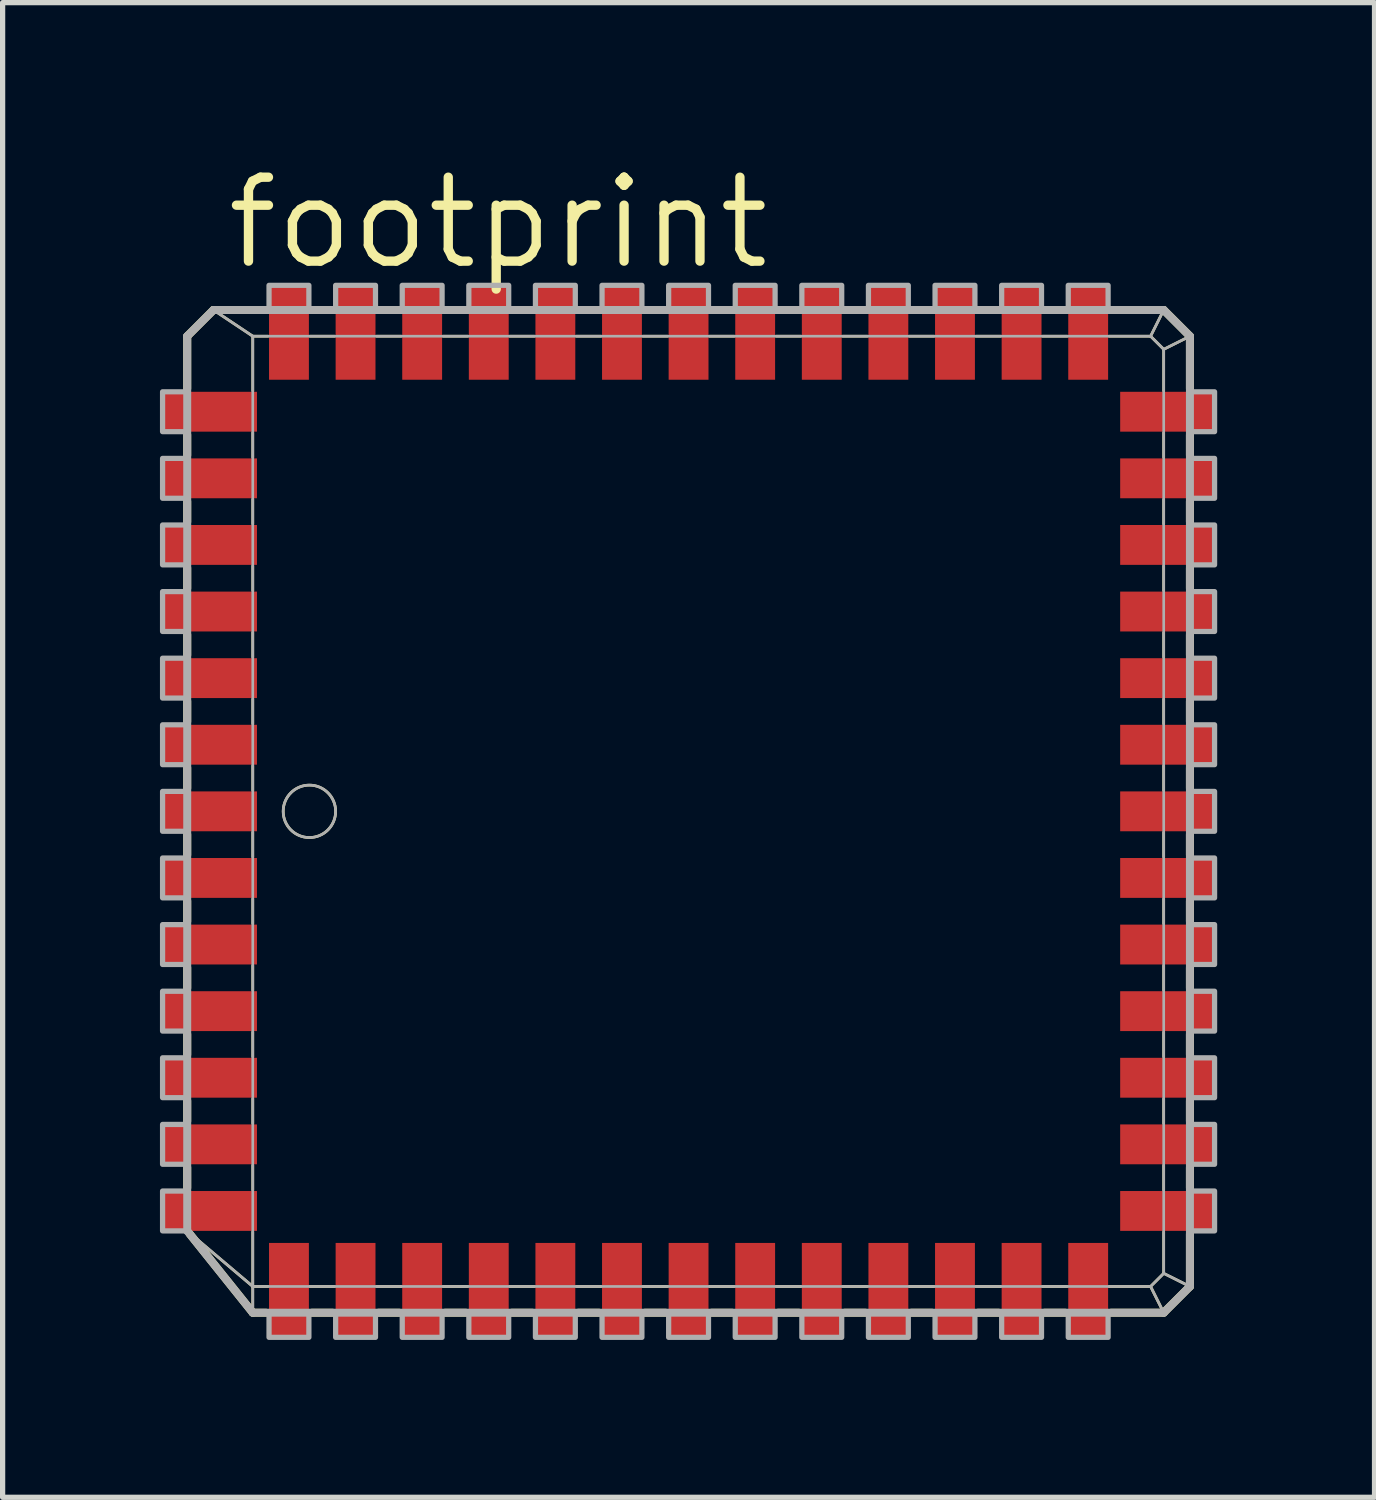
<source format=kicad_pcb>
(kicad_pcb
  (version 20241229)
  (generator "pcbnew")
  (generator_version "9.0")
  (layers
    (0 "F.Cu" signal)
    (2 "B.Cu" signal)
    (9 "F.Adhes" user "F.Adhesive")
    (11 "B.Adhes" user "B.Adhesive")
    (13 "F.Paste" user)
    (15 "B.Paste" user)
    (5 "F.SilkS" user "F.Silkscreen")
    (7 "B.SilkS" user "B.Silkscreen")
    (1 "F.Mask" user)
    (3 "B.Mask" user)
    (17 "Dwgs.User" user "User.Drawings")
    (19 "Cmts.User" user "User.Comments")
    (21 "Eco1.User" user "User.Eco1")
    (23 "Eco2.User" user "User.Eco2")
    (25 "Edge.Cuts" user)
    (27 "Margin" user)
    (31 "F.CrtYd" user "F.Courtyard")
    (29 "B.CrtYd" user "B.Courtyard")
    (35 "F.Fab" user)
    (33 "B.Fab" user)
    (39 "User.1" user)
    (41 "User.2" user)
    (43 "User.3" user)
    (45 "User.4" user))
  (footprint "footprint"
    (layer "F.Cu")
    (at 10.08 12.421)
    (property "Reference" "footprint" (at -8.89 -10.287 0) (layer "F.SilkS") (effects (font (size 1.6 1.6) (thickness 0.178)) (justify left bottom)))
    (fp_line (start -9.56 -9.06) (end -9.06 -9.56) (stroke (width 0.152) (type solid)) (layer "F.SilkS"))
    (fp_line (start -9.56 -8.06) (end -9.56 -9.06) (stroke (width 0.152) (type solid)) (layer "F.SilkS"))
    (fp_line (start -9.56 -6.79) (end -9.56 -7.18) (stroke (width 0.152) (type solid)) (layer "F.SilkS"))
    (fp_line (start -9.56 -5.52) (end -9.56 -5.91) (stroke (width 0.152) (type solid)) (layer "F.SilkS"))
    (fp_line (start -9.56 -4.25) (end -9.56 -4.64) (stroke (width 0.152) (type solid)) (layer "F.SilkS"))
    (fp_line (start -9.56 -2.98) (end -9.56 -3.37) (stroke (width 0.152) (type solid)) (layer "F.SilkS"))
    (fp_line (start -9.56 -1.71) (end -9.56 -2.1) (stroke (width 0.152) (type solid)) (layer "F.SilkS"))
    (fp_line (start -9.56 -0.44) (end -9.56 -0.83) (stroke (width 0.152) (type solid)) (layer "F.SilkS"))
    (fp_line (start -9.56 0.83) (end -9.56 0.44) (stroke (width 0.152) (type solid)) (layer "F.SilkS"))
    (fp_line (start -9.56 2.1) (end -9.56 1.71) (stroke (width 0.152) (type solid)) (layer "F.SilkS"))
    (fp_line (start -9.56 3.37) (end -9.56 2.98) (stroke (width 0.152) (type solid)) (layer "F.SilkS"))
    (fp_line (start -9.56 4.64) (end -9.56 4.25) (stroke (width 0.152) (type solid)) (layer "F.SilkS"))
    (fp_line (start -9.56 5.91) (end -9.56 5.52) (stroke (width 0.152) (type solid)) (layer "F.SilkS"))
    (fp_line (start -9.56 7.18) (end -9.56 6.79) (stroke (width 0.152) (type solid)) (layer "F.SilkS"))
    (fp_line (start -9.06 -9.56) (end -8.31 -9.06) (stroke (width 0.051) (type solid)) (layer "F.SilkS"))
    (fp_line (start -9.06 -9.56) (end -8.06 -9.56) (stroke (width 0.152) (type solid)) (layer "F.SilkS"))
    (fp_line (start -8.31 -9.06) (end -8.02 -9.06) (stroke (width 0.051) (type solid)) (layer "F.SilkS"))
    (fp_line (start -8.31 -8.02) (end -8.31 -9.06) (stroke (width 0.051) (type solid)) (layer "F.SilkS"))
    (fp_line (start -8.31 -6.75) (end -8.31 -7.22) (stroke (width 0.051) (type solid)) (layer "F.SilkS"))
    (fp_line (start -8.31 -5.48) (end -8.31 -5.95) (stroke (width 0.051) (type solid)) (layer "F.SilkS"))
    (fp_line (start -8.31 -4.21) (end -8.31 -4.68) (stroke (width 0.051) (type solid)) (layer "F.SilkS"))
    (fp_line (start -8.31 -2.94) (end -8.31 -3.41) (stroke (width 0.051) (type solid)) (layer "F.SilkS"))
    (fp_line (start -8.31 -1.67) (end -8.31 -2.14) (stroke (width 0.051) (type solid)) (layer "F.SilkS"))
    (fp_line (start -8.31 -0.4) (end -8.31 -0.87) (stroke (width 0.051) (type solid)) (layer "F.SilkS"))
    (fp_line (start -8.31 0.87) (end -8.31 0.4) (stroke (width 0.051) (type solid)) (layer "F.SilkS"))
    (fp_line (start -8.31 2.14) (end -8.31 1.67) (stroke (width 0.051) (type solid)) (layer "F.SilkS"))
    (fp_line (start -8.31 3.41) (end -8.31 2.94) (stroke (width 0.051) (type solid)) (layer "F.SilkS"))
    (fp_line (start -8.31 4.68) (end -8.31 4.21) (stroke (width 0.051) (type solid)) (layer "F.SilkS"))
    (fp_line (start -8.31 5.95) (end -8.31 5.48) (stroke (width 0.051) (type solid)) (layer "F.SilkS"))
    (fp_line (start -8.31 7.22) (end -8.31 6.75) (stroke (width 0.051) (type solid)) (layer "F.SilkS"))
    (fp_line (start -8.31 9.06) (end -9.54 8.02) (stroke (width 0.051) (type solid)) (layer "F.SilkS"))
    (fp_line (start -8.31 9.06) (end -8.31 8.02) (stroke (width 0.051) (type solid)) (layer "F.SilkS"))
    (fp_line (start -8.31 9.56) (end -9.51 8.06) (stroke (width 0.152) (type solid)) (layer "F.SilkS"))
    (fp_line (start -8.31 9.56) (end -8.31 9.06) (stroke (width 0.051) (type solid)) (layer "F.SilkS"))
    (fp_line (start -8.06 9.56) (end -8.31 9.56) (stroke (width 0.152) (type solid)) (layer "F.SilkS"))
    (fp_line (start -8.02 9.06) (end -8.31 9.06) (stroke (width 0.051) (type solid)) (layer "F.SilkS"))
    (fp_line (start -7.22 -9.06) (end -6.75 -9.06) (stroke (width 0.051) (type solid)) (layer "F.SilkS"))
    (fp_line (start -7.18 -9.56) (end -6.79 -9.56) (stroke (width 0.152) (type solid)) (layer "F.SilkS"))
    (fp_line (start -6.79 9.56) (end -7.18 9.56) (stroke (width 0.152) (type solid)) (layer "F.SilkS"))
    (fp_line (start -6.75 9.06) (end -7.22 9.06) (stroke (width 0.051) (type solid)) (layer "F.SilkS"))
    (fp_line (start -5.95 -9.06) (end -5.48 -9.06) (stroke (width 0.051) (type solid)) (layer "F.SilkS"))
    (fp_line (start -5.91 -9.56) (end -5.52 -9.56) (stroke (width 0.152) (type solid)) (layer "F.SilkS"))
    (fp_line (start -5.52 9.56) (end -5.91 9.56) (stroke (width 0.152) (type solid)) (layer "F.SilkS"))
    (fp_line (start -5.48 9.06) (end -5.95 9.06) (stroke (width 0.051) (type solid)) (layer "F.SilkS"))
    (fp_line (start -4.68 -9.06) (end -4.21 -9.06) (stroke (width 0.051) (type solid)) (layer "F.SilkS"))
    (fp_line (start -4.64 -9.56) (end -4.25 -9.56) (stroke (width 0.152) (type solid)) (layer "F.SilkS"))
    (fp_line (start -4.25 9.56) (end -4.64 9.56) (stroke (width 0.152) (type solid)) (layer "F.SilkS"))
    (fp_line (start -4.21 9.06) (end -4.68 9.06) (stroke (width 0.051) (type solid)) (layer "F.SilkS"))
    (fp_line (start -3.41 -9.06) (end -2.94 -9.06) (stroke (width 0.051) (type solid)) (layer "F.SilkS"))
    (fp_line (start -3.37 -9.56) (end -2.98 -9.56) (stroke (width 0.152) (type solid)) (layer "F.SilkS"))
    (fp_line (start -2.98 9.56) (end -3.37 9.56) (stroke (width 0.152) (type solid)) (layer "F.SilkS"))
    (fp_line (start -2.94 9.06) (end -3.41 9.06) (stroke (width 0.051) (type solid)) (layer "F.SilkS"))
    (fp_line (start -2.14 -9.06) (end -1.67 -9.06) (stroke (width 0.051) (type solid)) (layer "F.SilkS"))
    (fp_line (start -2.1 -9.56) (end -1.71 -9.56) (stroke (width 0.152) (type solid)) (layer "F.SilkS"))
    (fp_line (start -1.71 9.56) (end -2.1 9.56) (stroke (width 0.152) (type solid)) (layer "F.SilkS"))
    (fp_line (start -1.67 9.06) (end -2.14 9.06) (stroke (width 0.051) (type solid)) (layer "F.SilkS"))
    (fp_line (start -0.87 -9.06) (end -0.4 -9.06) (stroke (width 0.051) (type solid)) (layer "F.SilkS"))
    (fp_line (start -0.83 -9.56) (end -0.44 -9.56) (stroke (width 0.152) (type solid)) (layer "F.SilkS"))
    (fp_line (start -0.44 9.56) (end -0.83 9.56) (stroke (width 0.152) (type solid)) (layer "F.SilkS"))
    (fp_line (start -0.4 9.06) (end -0.87 9.06) (stroke (width 0.051) (type solid)) (layer "F.SilkS"))
    (fp_line (start 0.4 -9.06) (end 0.87 -9.06) (stroke (width 0.051) (type solid)) (layer "F.SilkS"))
    (fp_line (start 0.44 -9.56) (end 0.83 -9.56) (stroke (width 0.152) (type solid)) (layer "F.SilkS"))
    (fp_line (start 0.83 9.56) (end 0.44 9.56) (stroke (width 0.152) (type solid)) (layer "F.SilkS"))
    (fp_line (start 0.87 9.06) (end 0.4 9.06) (stroke (width 0.051) (type solid)) (layer "F.SilkS"))
    (fp_line (start 1.67 -9.06) (end 2.14 -9.06) (stroke (width 0.051) (type solid)) (layer "F.SilkS"))
    (fp_line (start 1.71 -9.56) (end 2.1 -9.56) (stroke (width 0.152) (type solid)) (layer "F.SilkS"))
    (fp_line (start 2.1 9.56) (end 1.71 9.56) (stroke (width 0.152) (type solid)) (layer "F.SilkS"))
    (fp_line (start 2.14 9.06) (end 1.67 9.06) (stroke (width 0.051) (type solid)) (layer "F.SilkS"))
    (fp_line (start 2.94 -9.06) (end 3.41 -9.06) (stroke (width 0.051) (type solid)) (layer "F.SilkS"))
    (fp_line (start 2.98 -9.56) (end 3.37 -9.56) (stroke (width 0.152) (type solid)) (layer "F.SilkS"))
    (fp_line (start 3.37 9.56) (end 2.98 9.56) (stroke (width 0.152) (type solid)) (layer "F.SilkS"))
    (fp_line (start 3.41 9.06) (end 2.94 9.06) (stroke (width 0.051) (type solid)) (layer "F.SilkS"))
    (fp_line (start 4.21 -9.06) (end 4.68 -9.06) (stroke (width 0.051) (type solid)) (layer "F.SilkS"))
    (fp_line (start 4.25 -9.56) (end 4.64 -9.56) (stroke (width 0.152) (type solid)) (layer "F.SilkS"))
    (fp_line (start 4.64 9.56) (end 4.25 9.56) (stroke (width 0.152) (type solid)) (layer "F.SilkS"))
    (fp_line (start 4.68 9.06) (end 4.21 9.06) (stroke (width 0.051) (type solid)) (layer "F.SilkS"))
    (fp_line (start 5.48 -9.06) (end 5.95 -9.06) (stroke (width 0.051) (type solid)) (layer "F.SilkS"))
    (fp_line (start 5.52 -9.56) (end 5.91 -9.56) (stroke (width 0.152) (type solid)) (layer "F.SilkS"))
    (fp_line (start 5.91 9.56) (end 5.52 9.56) (stroke (width 0.152) (type solid)) (layer "F.SilkS"))
    (fp_line (start 5.95 9.06) (end 5.48 9.06) (stroke (width 0.051) (type solid)) (layer "F.SilkS"))
    (fp_line (start 6.75 -9.06) (end 7.22 -9.06) (stroke (width 0.051) (type solid)) (layer "F.SilkS"))
    (fp_line (start 6.79 -9.56) (end 7.18 -9.56) (stroke (width 0.152) (type solid)) (layer "F.SilkS"))
    (fp_line (start 7.18 9.56) (end 6.79 9.56) (stroke (width 0.152) (type solid)) (layer "F.SilkS"))
    (fp_line (start 7.22 9.06) (end 6.75 9.06) (stroke (width 0.051) (type solid)) (layer "F.SilkS"))
    (fp_line (start 8.02 -9.06) (end 8.81 -9.06) (stroke (width 0.051) (type solid)) (layer "F.SilkS"))
    (fp_line (start 8.06 -9.56) (end 9.06 -9.56) (stroke (width 0.152) (type solid)) (layer "F.SilkS"))
    (fp_line (start 8.81 -9.06) (end 9.06 -9.56) (stroke (width 0.051) (type solid)) (layer "F.SilkS"))
    (fp_line (start 8.81 -9.06) (end 9.06 -8.81) (stroke (width 0.051) (type solid)) (layer "F.SilkS"))
    (fp_line (start 8.81 9.06) (end 8.02 9.06) (stroke (width 0.051) (type solid)) (layer "F.SilkS"))
    (fp_line (start 9.06 -9.56) (end 9.56 -9.06) (stroke (width 0.152) (type solid)) (layer "F.SilkS"))
    (fp_line (start 9.06 -8.81) (end 9.06 -8.02) (stroke (width 0.051) (type solid)) (layer "F.SilkS"))
    (fp_line (start 9.06 -8.81) (end 9.56 -9.06) (stroke (width 0.051) (type solid)) (layer "F.SilkS"))
    (fp_line (start 9.06 -7.22) (end 9.06 -6.75) (stroke (width 0.051) (type solid)) (layer "F.SilkS"))
    (fp_line (start 9.06 -5.95) (end 9.06 -5.48) (stroke (width 0.051) (type solid)) (layer "F.SilkS"))
    (fp_line (start 9.06 -4.68) (end 9.06 -4.21) (stroke (width 0.051) (type solid)) (layer "F.SilkS"))
    (fp_line (start 9.06 -3.41) (end 9.06 -2.94) (stroke (width 0.051) (type solid)) (layer "F.SilkS"))
    (fp_line (start 9.06 -2.14) (end 9.06 -1.67) (stroke (width 0.051) (type solid)) (layer "F.SilkS"))
    (fp_line (start 9.06 -0.87) (end 9.06 -0.4) (stroke (width 0.051) (type solid)) (layer "F.SilkS"))
    (fp_line (start 9.06 0.4) (end 9.06 0.87) (stroke (width 0.051) (type solid)) (layer "F.SilkS"))
    (fp_line (start 9.06 1.67) (end 9.06 2.14) (stroke (width 0.051) (type solid)) (layer "F.SilkS"))
    (fp_line (start 9.06 2.94) (end 9.06 3.41) (stroke (width 0.051) (type solid)) (layer "F.SilkS"))
    (fp_line (start 9.06 4.21) (end 9.06 4.68) (stroke (width 0.051) (type solid)) (layer "F.SilkS"))
    (fp_line (start 9.06 5.48) (end 9.06 5.95) (stroke (width 0.051) (type solid)) (layer "F.SilkS"))
    (fp_line (start 9.06 6.75) (end 9.06 7.22) (stroke (width 0.051) (type solid)) (layer "F.SilkS"))
    (fp_line (start 9.06 8.02) (end 9.06 8.81) (stroke (width 0.051) (type solid)) (layer "F.SilkS"))
    (fp_line (start 9.06 8.81) (end 8.81 9.06) (stroke (width 0.051) (type solid)) (layer "F.SilkS"))
    (fp_line (start 9.06 9.56) (end 8.06 9.56) (stroke (width 0.152) (type solid)) (layer "F.SilkS"))
    (fp_line (start 9.06 9.56) (end 8.81 9.06) (stroke (width 0.051) (type solid)) (layer "F.SilkS"))
    (fp_line (start 9.56 -9.06) (end 9.56 -8.06) (stroke (width 0.152) (type solid)) (layer "F.SilkS"))
    (fp_line (start 9.56 -7.18) (end 9.56 -6.79) (stroke (width 0.152) (type solid)) (layer "F.SilkS"))
    (fp_line (start 9.56 -5.91) (end 9.56 -5.52) (stroke (width 0.152) (type solid)) (layer "F.SilkS"))
    (fp_line (start 9.56 -4.64) (end 9.56 -4.25) (stroke (width 0.152) (type solid)) (layer "F.SilkS"))
    (fp_line (start 9.56 -3.37) (end 9.56 -2.98) (stroke (width 0.152) (type solid)) (layer "F.SilkS"))
    (fp_line (start 9.56 -2.1) (end 9.56 -1.71) (stroke (width 0.152) (type solid)) (layer "F.SilkS"))
    (fp_line (start 9.56 -0.83) (end 9.56 -0.44) (stroke (width 0.152) (type solid)) (layer "F.SilkS"))
    (fp_line (start 9.56 0.44) (end 9.56 0.83) (stroke (width 0.152) (type solid)) (layer "F.SilkS"))
    (fp_line (start 9.56 1.71) (end 9.56 2.1) (stroke (width 0.152) (type solid)) (layer "F.SilkS"))
    (fp_line (start 9.56 2.98) (end 9.56 3.37) (stroke (width 0.152) (type solid)) (layer "F.SilkS"))
    (fp_line (start 9.56 4.25) (end 9.56 4.64) (stroke (width 0.152) (type solid)) (layer "F.SilkS"))
    (fp_line (start 9.56 5.52) (end 9.56 5.91) (stroke (width 0.152) (type solid)) (layer "F.SilkS"))
    (fp_line (start 9.56 6.79) (end 9.56 7.18) (stroke (width 0.152) (type solid)) (layer "F.SilkS"))
    (fp_line (start 9.56 8.06) (end 9.56 9.06) (stroke (width 0.152) (type solid)) (layer "F.SilkS"))
    (fp_line (start 9.56 9.06) (end 9.06 8.81) (stroke (width 0.051) (type solid)) (layer "F.SilkS"))
    (fp_line (start 9.56 9.06) (end 9.06 9.56) (stroke (width 0.152) (type solid)) (layer "F.SilkS"))
    (fp_circle (center -7.23 0) (end -6.73 0) (stroke (width 0.051) (type solid)) (fill no) (layer "F.SilkS"))
    (fp_line (start -9.56 -9.06) (end -9.06 -9.56) (stroke (width 0.152) (type solid)) (layer "F.Fab"))
    (fp_line (start -9.56 8) (end -9.56 -9.06) (stroke (width 0.152) (type solid)) (layer "F.Fab"))
    (fp_line (start -9.06 -9.56) (end -8.31 -9.06) (stroke (width 0.051) (type solid)) (layer "F.Fab"))
    (fp_line (start -9.06 -9.56) (end 9.06 -9.56) (stroke (width 0.152) (type solid)) (layer "F.Fab"))
    (fp_line (start -8.31 -9.06) (end 8.81 -9.06) (stroke (width 0.051) (type solid)) (layer "F.Fab"))
    (fp_line (start -8.31 9.06) (end -9.56 8) (stroke (width 0.051) (type solid)) (layer "F.Fab"))
    (fp_line (start -8.31 9.06) (end -8.31 -9.06) (stroke (width 0.051) (type solid)) (layer "F.Fab"))
    (fp_line (start -8.31 9.56) (end -9.56 8) (stroke (width 0.152) (type solid)) (layer "F.Fab"))
    (fp_line (start -8.31 9.56) (end -8.31 9.06) (stroke (width 0.051) (type solid)) (layer "F.Fab"))
    (fp_line (start 8.81 -9.06) (end 9.06 -9.56) (stroke (width 0.051) (type solid)) (layer "F.Fab"))
    (fp_line (start 8.81 -9.06) (end 9.06 -8.81) (stroke (width 0.051) (type solid)) (layer "F.Fab"))
    (fp_line (start 8.81 9.06) (end -8.31 9.06) (stroke (width 0.051) (type solid)) (layer "F.Fab"))
    (fp_line (start 9.06 -9.56) (end 9.56 -9.06) (stroke (width 0.152) (type solid)) (layer "F.Fab"))
    (fp_line (start 9.06 -8.81) (end 9.06 8.81) (stroke (width 0.051) (type solid)) (layer "F.Fab"))
    (fp_line (start 9.06 -8.81) (end 9.56 -9.06) (stroke (width 0.051) (type solid)) (layer "F.Fab"))
    (fp_line (start 9.06 8.81) (end 8.81 9.06) (stroke (width 0.051) (type solid)) (layer "F.Fab"))
    (fp_line (start 9.06 9.56) (end -8.31 9.56) (stroke (width 0.152) (type solid)) (layer "F.Fab"))
    (fp_line (start 9.06 9.56) (end 8.81 9.06) (stroke (width 0.051) (type solid)) (layer "F.Fab"))
    (fp_line (start 9.56 -9.06) (end 9.56 9.06) (stroke (width 0.152) (type solid)) (layer "F.Fab"))
    (fp_line (start 9.56 9.06) (end 9.06 8.81) (stroke (width 0.051) (type solid)) (layer "F.Fab"))
    (fp_line (start 9.56 9.06) (end 9.06 9.56) (stroke (width 0.152) (type solid)) (layer "F.Fab"))
    (fp_circle (center -7.23 0) (end -6.73 0) (stroke (width 0.051) (type solid)) (fill no) (layer "F.Fab"))
    (fp_poly (pts (xy -10.03 -7.24) (xy -9.56 -7.24) (xy -9.56 -8) (xy -10.03 -8)) (stroke (width 0.1) (type solid)) (fill no) (layer "F.Fab"))
    (fp_poly (pts (xy -10.03 -5.97) (xy -9.56 -5.97) (xy -9.56 -6.73) (xy -10.03 -6.73)) (stroke (width 0.1) (type solid)) (fill no) (layer "F.Fab"))
    (fp_poly (pts (xy -10.03 -4.7) (xy -9.56 -4.7) (xy -9.56 -5.46) (xy -10.03 -5.46)) (stroke (width 0.1) (type solid)) (fill no) (layer "F.Fab"))
    (fp_poly (pts (xy -10.03 -3.43) (xy -9.56 -3.43) (xy -9.56 -4.19) (xy -10.03 -4.19)) (stroke (width 0.1) (type solid)) (fill no) (layer "F.Fab"))
    (fp_poly (pts (xy -10.03 -2.16) (xy -9.56 -2.16) (xy -9.56 -2.92) (xy -10.03 -2.92)) (stroke (width 0.1) (type solid)) (fill no) (layer "F.Fab"))
    (fp_poly (pts (xy -10.03 -0.89) (xy -9.56 -0.89) (xy -9.56 -1.65) (xy -10.03 -1.65)) (stroke (width 0.1) (type solid)) (fill no) (layer "F.Fab"))
    (fp_poly (pts (xy -10.03 0.38) (xy -9.56 0.38) (xy -9.56 -0.38) (xy -10.03 -0.38)) (stroke (width 0.1) (type solid)) (fill no) (layer "F.Fab"))
    (fp_poly (pts (xy -10.03 1.65) (xy -9.56 1.65) (xy -9.56 0.89) (xy -10.03 0.89)) (stroke (width 0.1) (type solid)) (fill no) (layer "F.Fab"))
    (fp_poly (pts (xy -10.03 2.92) (xy -9.56 2.92) (xy -9.56 2.16) (xy -10.03 2.16)) (stroke (width 0.1) (type solid)) (fill no) (layer "F.Fab"))
    (fp_poly (pts (xy -10.03 4.19) (xy -9.56 4.19) (xy -9.56 3.43) (xy -10.03 3.43)) (stroke (width 0.1) (type solid)) (fill no) (layer "F.Fab"))
    (fp_poly (pts (xy -10.03 5.46) (xy -9.56 5.46) (xy -9.56 4.7) (xy -10.03 4.7)) (stroke (width 0.1) (type solid)) (fill no) (layer "F.Fab"))
    (fp_poly (pts (xy -10.03 6.73) (xy -9.56 6.73) (xy -9.56 5.97) (xy -10.03 5.97)) (stroke (width 0.1) (type solid)) (fill no) (layer "F.Fab"))
    (fp_poly (pts (xy -10.03 8) (xy -9.56 8) (xy -9.56 7.24) (xy -10.03 7.24)) (stroke (width 0.1) (type solid)) (fill no) (layer "F.Fab"))
    (fp_poly (pts (xy -8 -9.56) (xy -7.24 -9.56) (xy -7.24 -10.03) (xy -8 -10.03)) (stroke (width 0.1) (type solid)) (fill no) (layer "F.Fab"))
    (fp_poly (pts (xy -8 10.03) (xy -7.24 10.03) (xy -7.24 9.56) (xy -8 9.56)) (stroke (width 0.1) (type solid)) (fill no) (layer "F.Fab"))
    (fp_poly (pts (xy -6.73 -9.56) (xy -5.97 -9.56) (xy -5.97 -10.03) (xy -6.73 -10.03)) (stroke (width 0.1) (type solid)) (fill no) (layer "F.Fab"))
    (fp_poly (pts (xy -6.73 10.03) (xy -5.97 10.03) (xy -5.97 9.56) (xy -6.73 9.56)) (stroke (width 0.1) (type solid)) (fill no) (layer "F.Fab"))
    (fp_poly (pts (xy -5.46 -9.56) (xy -4.7 -9.56) (xy -4.7 -10.03) (xy -5.46 -10.03)) (stroke (width 0.1) (type solid)) (fill no) (layer "F.Fab"))
    (fp_poly (pts (xy -5.46 10.03) (xy -4.7 10.03) (xy -4.7 9.56) (xy -5.46 9.56)) (stroke (width 0.1) (type solid)) (fill no) (layer "F.Fab"))
    (fp_poly (pts (xy -4.19 -9.56) (xy -3.43 -9.56) (xy -3.43 -10.03) (xy -4.19 -10.03)) (stroke (width 0.1) (type solid)) (fill no) (layer "F.Fab"))
    (fp_poly (pts (xy -4.19 10.03) (xy -3.43 10.03) (xy -3.43 9.56) (xy -4.19 9.56)) (stroke (width 0.1) (type solid)) (fill no) (layer "F.Fab"))
    (fp_poly (pts (xy -2.92 -9.56) (xy -2.16 -9.56) (xy -2.16 -10.03) (xy -2.92 -10.03)) (stroke (width 0.1) (type solid)) (fill no) (layer "F.Fab"))
    (fp_poly (pts (xy -2.92 10.03) (xy -2.16 10.03) (xy -2.16 9.56) (xy -2.92 9.56)) (stroke (width 0.1) (type solid)) (fill no) (layer "F.Fab"))
    (fp_poly (pts (xy -1.65 -9.56) (xy -0.89 -9.56) (xy -0.89 -10.03) (xy -1.65 -10.03)) (stroke (width 0.1) (type solid)) (fill no) (layer "F.Fab"))
    (fp_poly (pts (xy -1.65 10.03) (xy -0.89 10.03) (xy -0.89 9.56) (xy -1.65 9.56)) (stroke (width 0.1) (type solid)) (fill no) (layer "F.Fab"))
    (fp_poly (pts (xy -0.38 -9.56) (xy 0.38 -9.56) (xy 0.38 -10.03) (xy -0.38 -10.03)) (stroke (width 0.1) (type solid)) (fill no) (layer "F.Fab"))
    (fp_poly (pts (xy -0.38 10.03) (xy 0.38 10.03) (xy 0.38 9.56) (xy -0.38 9.56)) (stroke (width 0.1) (type solid)) (fill no) (layer "F.Fab"))
    (fp_poly (pts (xy 0.89 -9.56) (xy 1.65 -9.56) (xy 1.65 -10.03) (xy 0.89 -10.03)) (stroke (width 0.1) (type solid)) (fill no) (layer "F.Fab"))
    (fp_poly (pts (xy 0.89 10.03) (xy 1.65 10.03) (xy 1.65 9.56) (xy 0.89 9.56)) (stroke (width 0.1) (type solid)) (fill no) (layer "F.Fab"))
    (fp_poly (pts (xy 2.16 -9.56) (xy 2.92 -9.56) (xy 2.92 -10.03) (xy 2.16 -10.03)) (stroke (width 0.1) (type solid)) (fill no) (layer "F.Fab"))
    (fp_poly (pts (xy 2.16 10.03) (xy 2.92 10.03) (xy 2.92 9.56) (xy 2.16 9.56)) (stroke (width 0.1) (type solid)) (fill no) (layer "F.Fab"))
    (fp_poly (pts (xy 3.43 -9.56) (xy 4.19 -9.56) (xy 4.19 -10.03) (xy 3.43 -10.03)) (stroke (width 0.1) (type solid)) (fill no) (layer "F.Fab"))
    (fp_poly (pts (xy 3.43 10.03) (xy 4.19 10.03) (xy 4.19 9.56) (xy 3.43 9.56)) (stroke (width 0.1) (type solid)) (fill no) (layer "F.Fab"))
    (fp_poly (pts (xy 4.7 -9.56) (xy 5.46 -9.56) (xy 5.46 -10.03) (xy 4.7 -10.03)) (stroke (width 0.1) (type solid)) (fill no) (layer "F.Fab"))
    (fp_poly (pts (xy 4.7 10.03) (xy 5.46 10.03) (xy 5.46 9.56) (xy 4.7 9.56)) (stroke (width 0.1) (type solid)) (fill no) (layer "F.Fab"))
    (fp_poly (pts (xy 5.97 -9.56) (xy 6.73 -9.56) (xy 6.73 -10.03) (xy 5.97 -10.03)) (stroke (width 0.1) (type solid)) (fill no) (layer "F.Fab"))
    (fp_poly (pts (xy 5.97 10.03) (xy 6.73 10.03) (xy 6.73 9.56) (xy 5.97 9.56)) (stroke (width 0.1) (type solid)) (fill no) (layer "F.Fab"))
    (fp_poly (pts (xy 7.24 -9.56) (xy 8 -9.56) (xy 8 -10.03) (xy 7.24 -10.03)) (stroke (width 0.1) (type solid)) (fill no) (layer "F.Fab"))
    (fp_poly (pts (xy 7.24 10.03) (xy 8 10.03) (xy 8 9.56) (xy 7.24 9.56)) (stroke (width 0.1) (type solid)) (fill no) (layer "F.Fab"))
    (fp_poly (pts (xy 9.56 -7.24) (xy 10.03 -7.24) (xy 10.03 -8) (xy 9.56 -8)) (stroke (width 0.1) (type solid)) (fill no) (layer "F.Fab"))
    (fp_poly (pts (xy 9.56 -5.97) (xy 10.03 -5.97) (xy 10.03 -6.73) (xy 9.56 -6.73)) (stroke (width 0.1) (type solid)) (fill no) (layer "F.Fab"))
    (fp_poly (pts (xy 9.56 -4.7) (xy 10.03 -4.7) (xy 10.03 -5.46) (xy 9.56 -5.46)) (stroke (width 0.1) (type solid)) (fill no) (layer "F.Fab"))
    (fp_poly (pts (xy 9.56 -3.43) (xy 10.03 -3.43) (xy 10.03 -4.19) (xy 9.56 -4.19)) (stroke (width 0.1) (type solid)) (fill no) (layer "F.Fab"))
    (fp_poly (pts (xy 9.56 -2.16) (xy 10.03 -2.16) (xy 10.03 -2.92) (xy 9.56 -2.92)) (stroke (width 0.1) (type solid)) (fill no) (layer "F.Fab"))
    (fp_poly (pts (xy 9.56 -0.89) (xy 10.03 -0.89) (xy 10.03 -1.65) (xy 9.56 -1.65)) (stroke (width 0.1) (type solid)) (fill no) (layer "F.Fab"))
    (fp_poly (pts (xy 9.56 0.38) (xy 10.03 0.38) (xy 10.03 -0.38) (xy 9.56 -0.38)) (stroke (width 0.1) (type solid)) (fill no) (layer "F.Fab"))
    (fp_poly (pts (xy 9.56 1.65) (xy 10.03 1.65) (xy 10.03 0.89) (xy 9.56 0.89)) (stroke (width 0.1) (type solid)) (fill no) (layer "F.Fab"))
    (fp_poly (pts (xy 9.56 2.92) (xy 10.03 2.92) (xy 10.03 2.16) (xy 9.56 2.16)) (stroke (width 0.1) (type solid)) (fill no) (layer "F.Fab"))
    (fp_poly (pts (xy 9.56 4.19) (xy 10.03 4.19) (xy 10.03 3.43) (xy 9.56 3.43)) (stroke (width 0.1) (type solid)) (fill no) (layer "F.Fab"))
    (fp_poly (pts (xy 9.56 5.46) (xy 10.03 5.46) (xy 10.03 4.7) (xy 9.56 4.7)) (stroke (width 0.1) (type solid)) (fill no) (layer "F.Fab"))
    (fp_poly (pts (xy 9.56 6.73) (xy 10.03 6.73) (xy 10.03 5.97) (xy 9.56 5.97)) (stroke (width 0.1) (type solid)) (fill no) (layer "F.Fab"))
    (fp_poly (pts (xy 9.56 8) (xy 10.03 8) (xy 10.03 7.24) (xy 9.56 7.24)) (stroke (width 0.1) (type solid)) (fill no) (layer "F.Fab"))
    (pad "1" smd rect (at -9.13 0) (size 1.8 0.76) (layers "F.Cu" "F.Mask" "F.Paste"))
    (pad "2" smd rect (at -9.13 1.27) (size 1.8 0.76) (layers "F.Cu" "F.Mask" "F.Paste"))
    (pad "3" smd rect (at -9.13 2.54) (size 1.8 0.76) (layers "F.Cu" "F.Mask" "F.Paste"))
    (pad "4" smd rect (at -9.13 3.81) (size 1.8 0.76) (layers "F.Cu" "F.Mask" "F.Paste"))
    (pad "5" smd rect (at -9.13 5.08) (size 1.8 0.76) (layers "F.Cu" "F.Mask" "F.Paste"))
    (pad "6" smd rect (at -9.13 6.35) (size 1.8 0.76) (layers "F.Cu" "F.Mask" "F.Paste"))
    (pad "7" smd rect (at -9.13 7.62) (size 1.8 0.76) (layers "F.Cu" "F.Mask" "F.Paste"))
    (pad "8" smd rect (at -7.62 9.13) (size 0.76 1.8) (layers "F.Cu" "F.Mask" "F.Paste"))
    (pad "9" smd rect (at -6.35 9.13) (size 0.76 1.8) (layers "F.Cu" "F.Mask" "F.Paste"))
    (pad "10" smd rect (at -5.08 9.13) (size 0.76 1.8) (layers "F.Cu" "F.Mask" "F.Paste"))
    (pad "11" smd rect (at -3.81 9.13) (size 0.76 1.8) (layers "F.Cu" "F.Mask" "F.Paste"))
    (pad "12" smd rect (at -2.54 9.13) (size 0.76 1.8) (layers "F.Cu" "F.Mask" "F.Paste"))
    (pad "13" smd rect (at -1.27 9.13) (size 0.76 1.8) (layers "F.Cu" "F.Mask" "F.Paste"))
    (pad "14" smd rect (at 0 9.13) (size 0.76 1.8) (layers "F.Cu" "F.Mask" "F.Paste"))
    (pad "15" smd rect (at 1.27 9.13) (size 0.76 1.8) (layers "F.Cu" "F.Mask" "F.Paste"))
    (pad "16" smd rect (at 2.54 9.13) (size 0.76 1.8) (layers "F.Cu" "F.Mask" "F.Paste"))
    (pad "17" smd rect (at 3.81 9.13) (size 0.76 1.8) (layers "F.Cu" "F.Mask" "F.Paste"))
    (pad "18" smd rect (at 5.08 9.13) (size 0.76 1.8) (layers "F.Cu" "F.Mask" "F.Paste"))
    (pad "19" smd rect (at 6.35 9.13) (size 0.76 1.8) (layers "F.Cu" "F.Mask" "F.Paste"))
    (pad "20" smd rect (at 7.62 9.13) (size 0.76 1.8) (layers "F.Cu" "F.Mask" "F.Paste"))
    (pad "21" smd rect (at 9.13 7.62) (size 1.8 0.76) (layers "F.Cu" "F.Mask" "F.Paste"))
    (pad "22" smd rect (at 9.13 6.35) (size 1.8 0.76) (layers "F.Cu" "F.Mask" "F.Paste"))
    (pad "23" smd rect (at 9.13 5.08) (size 1.8 0.76) (layers "F.Cu" "F.Mask" "F.Paste"))
    (pad "24" smd rect (at 9.13 3.81) (size 1.8 0.76) (layers "F.Cu" "F.Mask" "F.Paste"))
    (pad "25" smd rect (at 9.13 2.54) (size 1.8 0.76) (layers "F.Cu" "F.Mask" "F.Paste"))
    (pad "26" smd rect (at 9.13 1.27) (size 1.8 0.76) (layers "F.Cu" "F.Mask" "F.Paste"))
    (pad "27" smd rect (at 9.13 0) (size 1.8 0.76) (layers "F.Cu" "F.Mask" "F.Paste"))
    (pad "28" smd rect (at 9.13 -1.27) (size 1.8 0.76) (layers "F.Cu" "F.Mask" "F.Paste"))
    (pad "29" smd rect (at 9.13 -2.54) (size 1.8 0.76) (layers "F.Cu" "F.Mask" "F.Paste"))
    (pad "30" smd rect (at 9.13 -3.81) (size 1.8 0.76) (layers "F.Cu" "F.Mask" "F.Paste"))
    (pad "31" smd rect (at 9.13 -5.08) (size 1.8 0.76) (layers "F.Cu" "F.Mask" "F.Paste"))
    (pad "32" smd rect (at 9.13 -6.35) (size 1.8 0.76) (layers "F.Cu" "F.Mask" "F.Paste"))
    (pad "33" smd rect (at 9.13 -7.62) (size 1.8 0.76) (layers "F.Cu" "F.Mask" "F.Paste"))
    (pad "34" smd rect (at 7.62 -9.13) (size 0.76 1.8) (layers "F.Cu" "F.Mask" "F.Paste"))
    (pad "35" smd rect (at 6.35 -9.13) (size 0.76 1.8) (layers "F.Cu" "F.Mask" "F.Paste"))
    (pad "36" smd rect (at 5.08 -9.13) (size 0.76 1.8) (layers "F.Cu" "F.Mask" "F.Paste"))
    (pad "37" smd rect (at 3.81 -9.13) (size 0.76 1.8) (layers "F.Cu" "F.Mask" "F.Paste"))
    (pad "38" smd rect (at 2.54 -9.13) (size 0.76 1.8) (layers "F.Cu" "F.Mask" "F.Paste"))
    (pad "39" smd rect (at 1.27 -9.13) (size 0.76 1.8) (layers "F.Cu" "F.Mask" "F.Paste"))
    (pad "40" smd rect (at 0 -9.13) (size 0.76 1.8) (layers "F.Cu" "F.Mask" "F.Paste"))
    (pad "41" smd rect (at -1.27 -9.13) (size 0.76 1.8) (layers "F.Cu" "F.Mask" "F.Paste"))
    (pad "42" smd rect (at -2.54 -9.13) (size 0.76 1.8) (layers "F.Cu" "F.Mask" "F.Paste"))
    (pad "43" smd rect (at -3.81 -9.13) (size 0.76 1.8) (layers "F.Cu" "F.Mask" "F.Paste"))
    (pad "44" smd rect (at -5.08 -9.13) (size 0.76 1.8) (layers "F.Cu" "F.Mask" "F.Paste"))
    (pad "45" smd rect (at -6.35 -9.13) (size 0.76 1.8) (layers "F.Cu" "F.Mask" "F.Paste"))
    (pad "46" smd rect (at -7.62 -9.13) (size 0.76 1.8) (layers "F.Cu" "F.Mask" "F.Paste"))
    (pad "47" smd rect (at -9.13 -7.62) (size 1.8 0.76) (layers "F.Cu" "F.Mask" "F.Paste"))
    (pad "48" smd rect (at -9.13 -6.35) (size 1.8 0.76) (layers "F.Cu" "F.Mask" "F.Paste"))
    (pad "49" smd rect (at -9.13 -5.08) (size 1.8 0.76) (layers "F.Cu" "F.Mask" "F.Paste"))
    (pad "50" smd rect (at -9.13 -3.81) (size 1.8 0.76) (layers "F.Cu" "F.Mask" "F.Paste"))
    (pad "51" smd rect (at -9.13 -2.54) (size 1.8 0.76) (layers "F.Cu" "F.Mask" "F.Paste"))
    (pad "52" smd rect (at -9.13 -1.27) (size 1.8 0.76) (layers "F.Cu" "F.Mask" "F.Paste")))
  (gr_rect
    (start -3 -3)
    (end 23.16 25.501)
    (stroke (width 0.1) (type default))
    (fill no)
    (layer "Edge.Cuts")))
</source>
